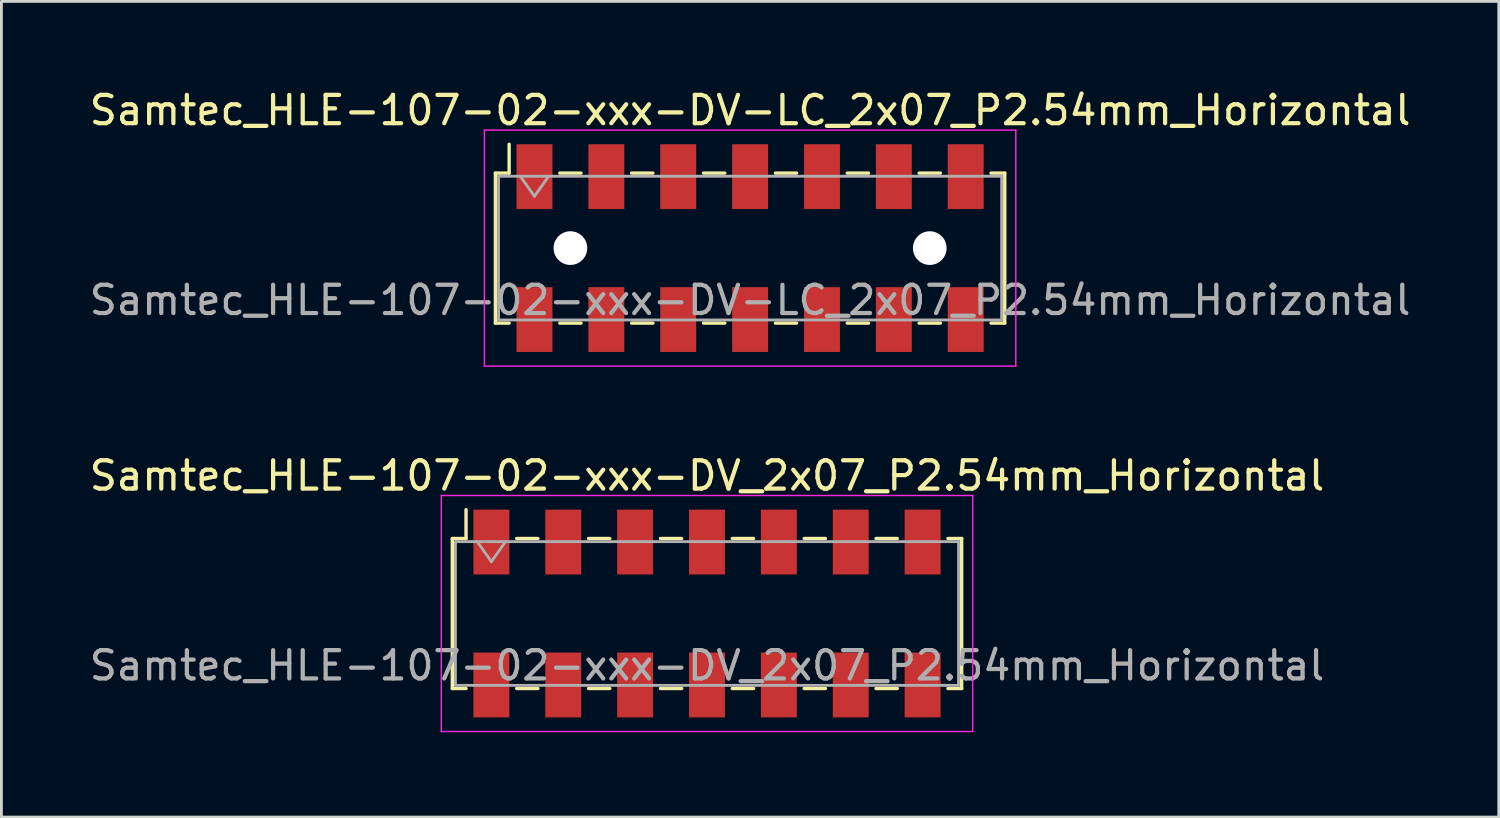
<source format=kicad_pcb>
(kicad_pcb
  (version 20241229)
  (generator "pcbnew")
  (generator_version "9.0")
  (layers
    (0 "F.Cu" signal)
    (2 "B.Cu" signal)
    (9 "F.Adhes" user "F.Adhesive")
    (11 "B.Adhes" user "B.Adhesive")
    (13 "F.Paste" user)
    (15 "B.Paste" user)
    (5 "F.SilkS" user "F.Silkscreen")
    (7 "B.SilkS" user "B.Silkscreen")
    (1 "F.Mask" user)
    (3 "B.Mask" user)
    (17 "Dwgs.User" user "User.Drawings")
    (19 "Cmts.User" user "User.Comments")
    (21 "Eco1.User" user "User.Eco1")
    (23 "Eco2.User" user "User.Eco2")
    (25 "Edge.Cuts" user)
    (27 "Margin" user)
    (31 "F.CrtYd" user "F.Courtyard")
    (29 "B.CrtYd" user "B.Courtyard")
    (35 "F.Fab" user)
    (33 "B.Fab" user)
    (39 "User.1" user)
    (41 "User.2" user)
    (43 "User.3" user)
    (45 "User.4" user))
  (footprint "Samtec_HLE-107-02-xxx-DV-LC_2x07_P2.54mm_Horizontal"
    (layer "F.Cu")
    (at 23.458 5.718)
    (property "Reference" "Samtec_HLE-107-02-xxx-DV-LC_2x07_P2.54mm_Horizontal" (at 0 -4.87 0) (layer "F.SilkS") (effects (font (size 1 1) (thickness 0.15))))
    (attr smd)
    (fp_line (start -9 -2.65) (end -9 2.65) (stroke (width 0.12) (type solid)) (layer "F.SilkS"))
    (fp_line (start -9 2.65) (end -8.515 2.65) (stroke (width 0.12) (type solid)) (layer "F.SilkS"))
    (fp_line (start -8.515 -3.67) (end -8.515 -2.65) (stroke (width 0.12) (type solid)) (layer "F.SilkS"))
    (fp_line (start -8.515 -2.65) (end -9 -2.65) (stroke (width 0.12) (type solid)) (layer "F.SilkS"))
    (fp_line (start -6.725 -2.65) (end -5.975 -2.65) (stroke (width 0.12) (type solid)) (layer "F.SilkS"))
    (fp_line (start -6.725 2.65) (end -5.975 2.65) (stroke (width 0.12) (type solid)) (layer "F.SilkS"))
    (fp_line (start -4.185 -2.65) (end -3.435 -2.65) (stroke (width 0.12) (type solid)) (layer "F.SilkS"))
    (fp_line (start -4.185 2.65) (end -3.435 2.65) (stroke (width 0.12) (type solid)) (layer "F.SilkS"))
    (fp_line (start -1.645 -2.65) (end -0.895 -2.65) (stroke (width 0.12) (type solid)) (layer "F.SilkS"))
    (fp_line (start -1.645 2.65) (end -0.895 2.65) (stroke (width 0.12) (type solid)) (layer "F.SilkS"))
    (fp_line (start 0.895 -2.65) (end 1.645 -2.65) (stroke (width 0.12) (type solid)) (layer "F.SilkS"))
    (fp_line (start 0.895 2.65) (end 1.645 2.65) (stroke (width 0.12) (type solid)) (layer "F.SilkS"))
    (fp_line (start 3.435 -2.65) (end 4.185 -2.65) (stroke (width 0.12) (type solid)) (layer "F.SilkS"))
    (fp_line (start 3.435 2.65) (end 4.185 2.65) (stroke (width 0.12) (type solid)) (layer "F.SilkS"))
    (fp_line (start 5.975 -2.65) (end 6.725 -2.65) (stroke (width 0.12) (type solid)) (layer "F.SilkS"))
    (fp_line (start 5.975 2.65) (end 6.725 2.65) (stroke (width 0.12) (type solid)) (layer "F.SilkS"))
    (fp_line (start 8.515 -2.65) (end 9 -2.65) (stroke (width 0.12) (type solid)) (layer "F.SilkS"))
    (fp_line (start 9 -2.65) (end 9 2.65) (stroke (width 0.12) (type solid)) (layer "F.SilkS"))
    (fp_line (start 9 2.65) (end 8.515 2.65) (stroke (width 0.12) (type solid)) (layer "F.SilkS"))
    (fp_line (start -9.39 -4.17) (end 9.39 -4.17) (stroke (width 0.05) (type solid)) (layer "F.CrtYd"))
    (fp_line (start -9.39 4.17) (end -9.39 -4.17) (stroke (width 0.05) (type solid)) (layer "F.CrtYd"))
    (fp_line (start 9.39 -4.17) (end 9.39 4.17) (stroke (width 0.05) (type solid)) (layer "F.CrtYd"))
    (fp_line (start 9.39 4.17) (end -9.39 4.17) (stroke (width 0.05) (type solid)) (layer "F.CrtYd"))
    (fp_line (start -8.89 -2.54) (end 8.89 -2.54) (stroke (width 0.1) (type solid)) (layer "F.Fab"))
    (fp_line (start -8.89 2.54) (end -8.89 -2.54) (stroke (width 0.1) (type solid)) (layer "F.Fab"))
    (fp_line (start -8.12 -2.54) (end -7.62 -1.833) (stroke (width 0.1) (type solid)) (layer "F.Fab"))
    (fp_line (start -7.62 -1.833) (end -7.12 -2.54) (stroke (width 0.1) (type solid)) (layer "F.Fab"))
    (fp_line (start 8.89 -2.54) (end 8.89 2.54) (stroke (width 0.1) (type solid)) (layer "F.Fab"))
    (fp_line (start 8.89 2.54) (end -8.89 2.54) (stroke (width 0.1) (type solid)) (layer "F.Fab"))
    (fp_text user "${REFERENCE}" (at 0 1.84 0) (layer "F.Fab") (effects (font (size 1 1) (thickness 0.15))))
    (pad "" np_thru_hole circle (at -6.35 0) (size 1.19 1.19) (drill 1.19) (layers "*.Cu" "*.Mask"))
    (pad "" np_thru_hole circle (at 6.35 0) (size 1.19 1.19) (drill 1.19) (layers "*.Cu" "*.Mask"))
    (pad "1" smd rect (at -7.62 -2.525) (size 1.27 2.29) (layers "F.Cu" "F.Mask" "F.Paste"))
    (pad "2" smd rect (at -7.62 2.525) (size 1.27 2.29) (layers "F.Cu" "F.Mask" "F.Paste"))
    (pad "3" smd rect (at -5.08 -2.525) (size 1.27 2.29) (layers "F.Cu" "F.Mask" "F.Paste"))
    (pad "4" smd rect (at -5.08 2.525) (size 1.27 2.29) (layers "F.Cu" "F.Mask" "F.Paste"))
    (pad "5" smd rect (at -2.54 -2.525) (size 1.27 2.29) (layers "F.Cu" "F.Mask" "F.Paste"))
    (pad "6" smd rect (at -2.54 2.525) (size 1.27 2.29) (layers "F.Cu" "F.Mask" "F.Paste"))
    (pad "7" smd rect (at 0 -2.525) (size 1.27 2.29) (layers "F.Cu" "F.Mask" "F.Paste"))
    (pad "8" smd rect (at 0 2.525) (size 1.27 2.29) (layers "F.Cu" "F.Mask" "F.Paste"))
    (pad "9" smd rect (at 2.54 -2.525) (size 1.27 2.29) (layers "F.Cu" "F.Mask" "F.Paste"))
    (pad "10" smd rect (at 2.54 2.525) (size 1.27 2.29) (layers "F.Cu" "F.Mask" "F.Paste"))
    (pad "11" smd rect (at 5.08 -2.525) (size 1.27 2.29) (layers "F.Cu" "F.Mask" "F.Paste"))
    (pad "12" smd rect (at 5.08 2.525) (size 1.27 2.29) (layers "F.Cu" "F.Mask" "F.Paste"))
    (pad "13" smd rect (at 7.62 -2.525) (size 1.27 2.29) (layers "F.Cu" "F.Mask" "F.Paste"))
    (pad "14" smd rect (at 7.62 2.525) (size 1.27 2.29) (layers "F.Cu" "F.Mask" "F.Paste")))
  (footprint "Samtec_HLE-107-02-xxx-DV_2x07_P2.54mm_Horizontal"
    (layer "F.Cu")
    (at 21.935 18.631)
    (property "Reference" "Samtec_HLE-107-02-xxx-DV_2x07_P2.54mm_Horizontal" (at 0 -4.87 0) (layer "F.SilkS") (effects (font (size 1 1) (thickness 0.15))))
    (attr smd)
    (fp_line (start -9 -2.65) (end -9 2.65) (stroke (width 0.12) (type solid)) (layer "F.SilkS"))
    (fp_line (start -9 2.65) (end -8.515 2.65) (stroke (width 0.12) (type solid)) (layer "F.SilkS"))
    (fp_line (start -8.515 -3.67) (end -8.515 -2.65) (stroke (width 0.12) (type solid)) (layer "F.SilkS"))
    (fp_line (start -8.515 -2.65) (end -9 -2.65) (stroke (width 0.12) (type solid)) (layer "F.SilkS"))
    (fp_line (start -6.725 -2.65) (end -5.975 -2.65) (stroke (width 0.12) (type solid)) (layer "F.SilkS"))
    (fp_line (start -6.725 2.65) (end -5.975 2.65) (stroke (width 0.12) (type solid)) (layer "F.SilkS"))
    (fp_line (start -4.185 -2.65) (end -3.435 -2.65) (stroke (width 0.12) (type solid)) (layer "F.SilkS"))
    (fp_line (start -4.185 2.65) (end -3.435 2.65) (stroke (width 0.12) (type solid)) (layer "F.SilkS"))
    (fp_line (start -1.645 -2.65) (end -0.895 -2.65) (stroke (width 0.12) (type solid)) (layer "F.SilkS"))
    (fp_line (start -1.645 2.65) (end -0.895 2.65) (stroke (width 0.12) (type solid)) (layer "F.SilkS"))
    (fp_line (start 0.895 -2.65) (end 1.645 -2.65) (stroke (width 0.12) (type solid)) (layer "F.SilkS"))
    (fp_line (start 0.895 2.65) (end 1.645 2.65) (stroke (width 0.12) (type solid)) (layer "F.SilkS"))
    (fp_line (start 3.435 -2.65) (end 4.185 -2.65) (stroke (width 0.12) (type solid)) (layer "F.SilkS"))
    (fp_line (start 3.435 2.65) (end 4.185 2.65) (stroke (width 0.12) (type solid)) (layer "F.SilkS"))
    (fp_line (start 5.975 -2.65) (end 6.725 -2.65) (stroke (width 0.12) (type solid)) (layer "F.SilkS"))
    (fp_line (start 5.975 2.65) (end 6.725 2.65) (stroke (width 0.12) (type solid)) (layer "F.SilkS"))
    (fp_line (start 8.515 -2.65) (end 9 -2.65) (stroke (width 0.12) (type solid)) (layer "F.SilkS"))
    (fp_line (start 9 -2.65) (end 9 2.65) (stroke (width 0.12) (type solid)) (layer "F.SilkS"))
    (fp_line (start 9 2.65) (end 8.515 2.65) (stroke (width 0.12) (type solid)) (layer "F.SilkS"))
    (fp_line (start -9.39 -4.17) (end 9.39 -4.17) (stroke (width 0.05) (type solid)) (layer "F.CrtYd"))
    (fp_line (start -9.39 4.17) (end -9.39 -4.17) (stroke (width 0.05) (type solid)) (layer "F.CrtYd"))
    (fp_line (start 9.39 -4.17) (end 9.39 4.17) (stroke (width 0.05) (type solid)) (layer "F.CrtYd"))
    (fp_line (start 9.39 4.17) (end -9.39 4.17) (stroke (width 0.05) (type solid)) (layer "F.CrtYd"))
    (fp_line (start -8.89 -2.54) (end 8.89 -2.54) (stroke (width 0.1) (type solid)) (layer "F.Fab"))
    (fp_line (start -8.89 2.54) (end -8.89 -2.54) (stroke (width 0.1) (type solid)) (layer "F.Fab"))
    (fp_line (start -8.12 -2.54) (end -7.62 -1.833) (stroke (width 0.1) (type solid)) (layer "F.Fab"))
    (fp_line (start -7.62 -1.833) (end -7.12 -2.54) (stroke (width 0.1) (type solid)) (layer "F.Fab"))
    (fp_line (start 8.89 -2.54) (end 8.89 2.54) (stroke (width 0.1) (type solid)) (layer "F.Fab"))
    (fp_line (start 8.89 2.54) (end -8.89 2.54) (stroke (width 0.1) (type solid)) (layer "F.Fab"))
    (fp_text user "${REFERENCE}" (at 0 1.84 0) (layer "F.Fab") (effects (font (size 1 1) (thickness 0.15))))
    (pad "1" smd rect (at -7.62 -2.525) (size 1.27 2.29) (layers "F.Cu" "F.Mask" "F.Paste"))
    (pad "2" smd rect (at -7.62 2.525) (size 1.27 2.29) (layers "F.Cu" "F.Mask" "F.Paste"))
    (pad "3" smd rect (at -5.08 -2.525) (size 1.27 2.29) (layers "F.Cu" "F.Mask" "F.Paste"))
    (pad "4" smd rect (at -5.08 2.525) (size 1.27 2.29) (layers "F.Cu" "F.Mask" "F.Paste"))
    (pad "5" smd rect (at -2.54 -2.525) (size 1.27 2.29) (layers "F.Cu" "F.Mask" "F.Paste"))
    (pad "6" smd rect (at -2.54 2.525) (size 1.27 2.29) (layers "F.Cu" "F.Mask" "F.Paste"))
    (pad "7" smd rect (at 0 -2.525) (size 1.27 2.29) (layers "F.Cu" "F.Mask" "F.Paste"))
    (pad "8" smd rect (at 0 2.525) (size 1.27 2.29) (layers "F.Cu" "F.Mask" "F.Paste"))
    (pad "9" smd rect (at 2.54 -2.525) (size 1.27 2.29) (layers "F.Cu" "F.Mask" "F.Paste"))
    (pad "10" smd rect (at 2.54 2.525) (size 1.27 2.29) (layers "F.Cu" "F.Mask" "F.Paste"))
    (pad "11" smd rect (at 5.08 -2.525) (size 1.27 2.29) (layers "F.Cu" "F.Mask" "F.Paste"))
    (pad "12" smd rect (at 5.08 2.525) (size 1.27 2.29) (layers "F.Cu" "F.Mask" "F.Paste"))
    (pad "13" smd rect (at 7.62 -2.525) (size 1.27 2.29) (layers "F.Cu" "F.Mask" "F.Paste"))
    (pad "14" smd rect (at 7.62 2.525) (size 1.27 2.29) (layers "F.Cu" "F.Mask" "F.Paste")))
  (gr_rect
    (start -3 -3)
    (end 49.917 25.826)
    (stroke (width 0.1) (type default))
    (fill no)
    (layer "Edge.Cuts")))
</source>
